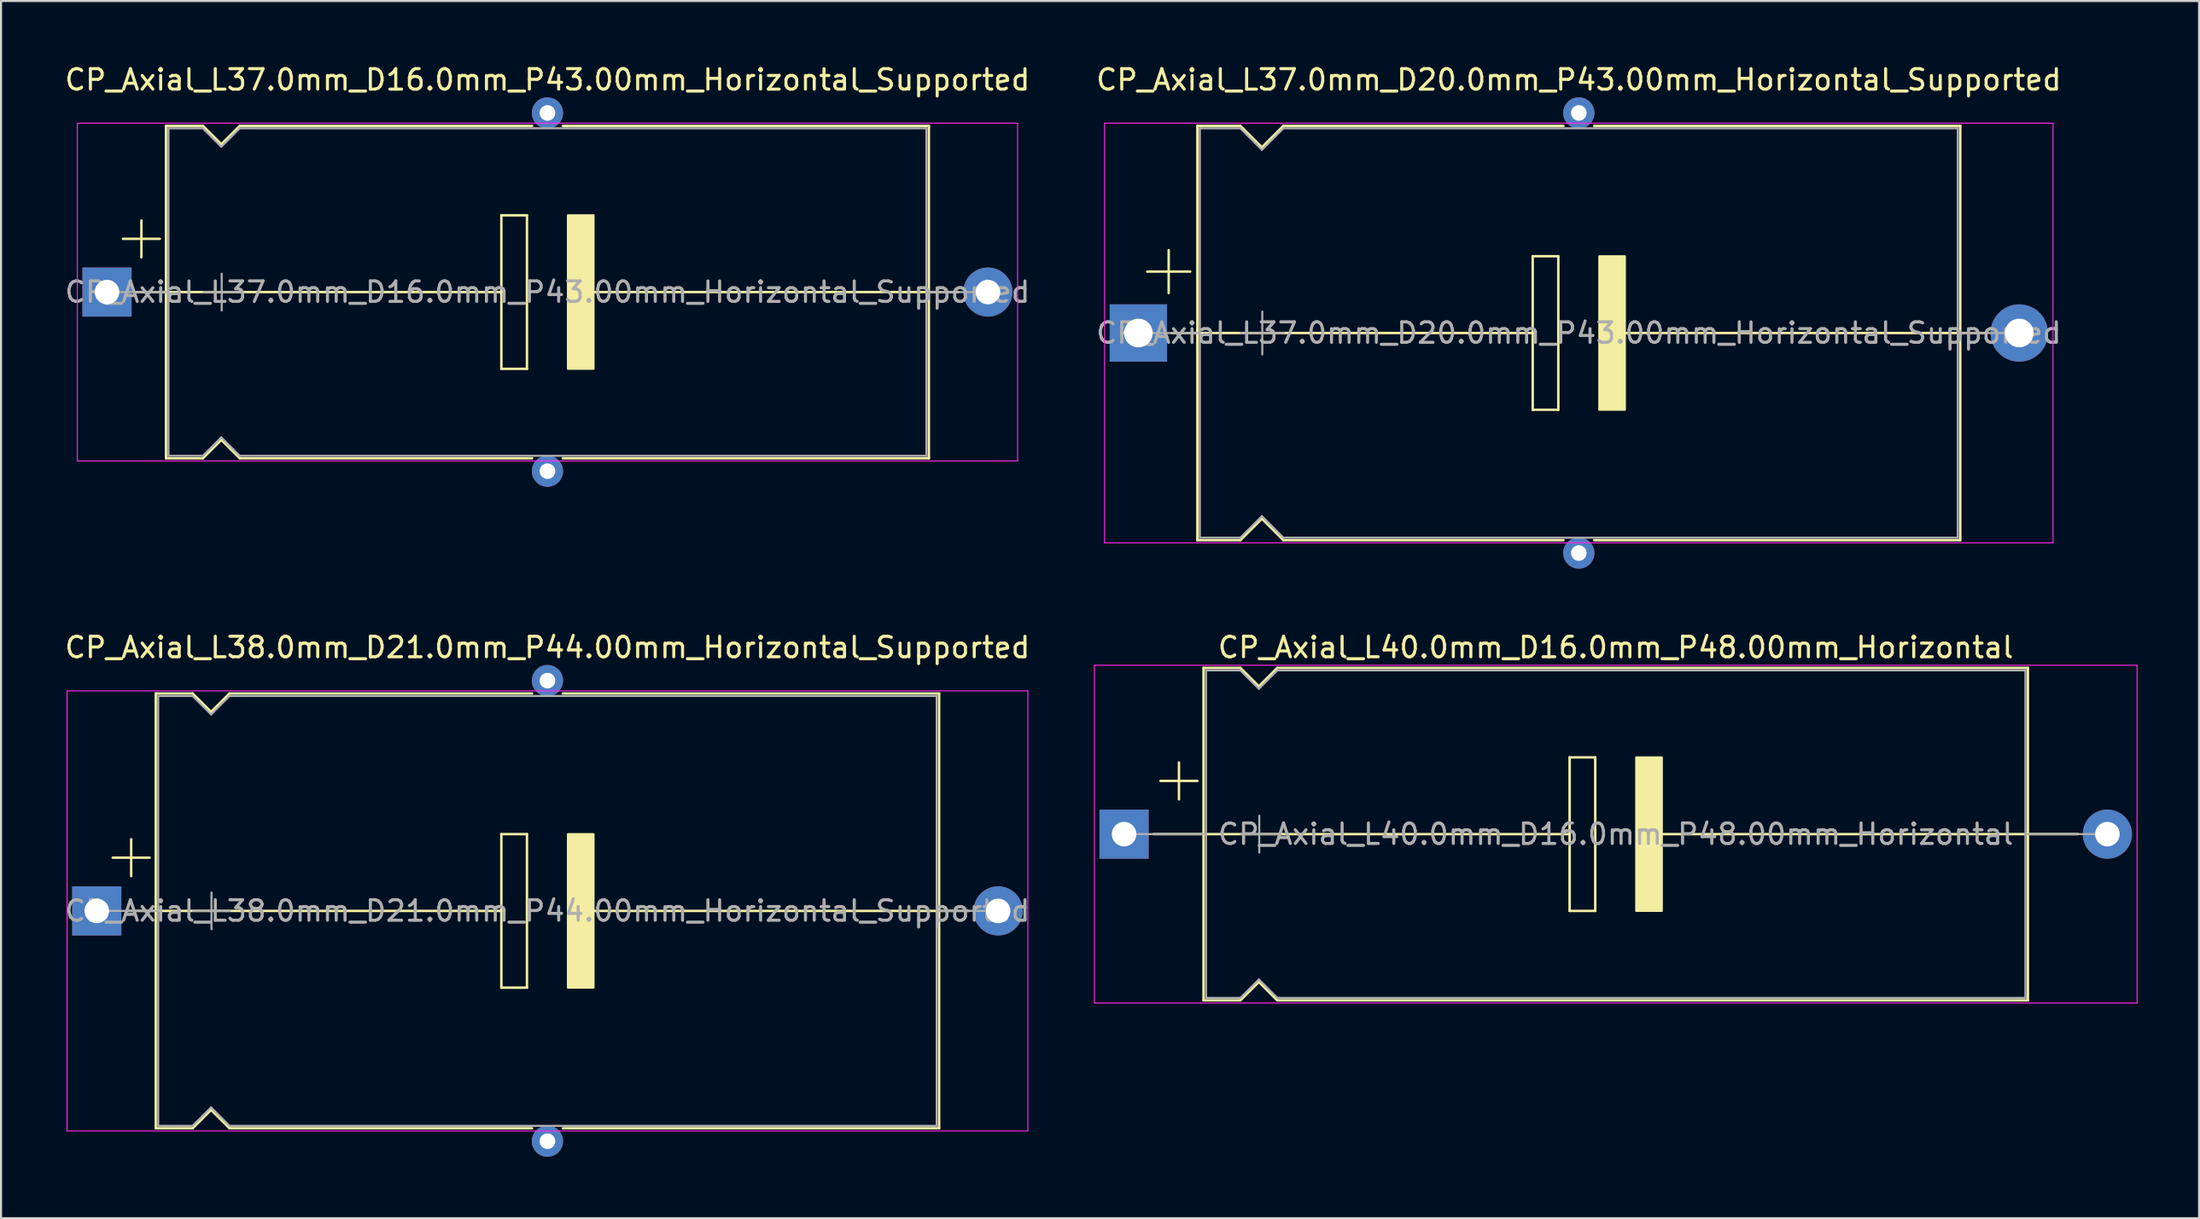
<source format=kicad_pcb>
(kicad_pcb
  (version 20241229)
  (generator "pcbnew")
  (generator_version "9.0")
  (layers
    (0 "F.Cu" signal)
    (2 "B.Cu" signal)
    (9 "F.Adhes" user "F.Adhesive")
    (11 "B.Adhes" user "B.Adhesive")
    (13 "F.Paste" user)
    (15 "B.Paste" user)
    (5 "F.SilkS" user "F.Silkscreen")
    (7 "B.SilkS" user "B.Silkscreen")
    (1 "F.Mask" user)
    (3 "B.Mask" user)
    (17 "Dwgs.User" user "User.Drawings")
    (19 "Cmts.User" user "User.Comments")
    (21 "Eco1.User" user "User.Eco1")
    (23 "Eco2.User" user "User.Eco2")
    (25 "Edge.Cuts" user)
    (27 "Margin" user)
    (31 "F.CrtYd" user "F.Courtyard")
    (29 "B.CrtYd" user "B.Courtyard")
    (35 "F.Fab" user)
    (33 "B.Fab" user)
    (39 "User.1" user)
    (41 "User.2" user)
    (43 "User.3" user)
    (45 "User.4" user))
  (footprint "CP_Axial_L37.0mm_D16.0mm_P43.00mm_Horizontal_Supported"
    (layer "F.Cu")
    (at 2.173 11.218)
    (property "Reference" "CP_Axial_L37.0mm_D16.0mm_P43.00mm_Horizontal_Supported" (at 21.5 -10.37 0) (layer "F.SilkS") (effects (font (size 1 1) (thickness 0.15))))
    (attr through_hole)
    (fp_line (start 0.78 -2.6) (end 2.58 -2.6) (stroke (width 0.12) (type solid)) (layer "F.SilkS"))
    (fp_line (start 1.44 0) (end 2.88 0) (stroke (width 0.12) (type solid)) (layer "F.SilkS"))
    (fp_line (start 1.68 -3.5) (end 1.68 -1.7) (stroke (width 0.12) (type solid)) (layer "F.SilkS"))
    (fp_line (start 2.88 -8.12) (end 2.88 8.12) (stroke (width 0.12) (type solid)) (layer "F.SilkS"))
    (fp_line (start 2.88 -8.12) (end 4.68 -8.12) (stroke (width 0.12) (type solid)) (layer "F.SilkS"))
    (fp_line (start 2.88 0) (end 19.25 0) (stroke (width 0.12) (type solid)) (layer "F.SilkS"))
    (fp_line (start 2.88 8.12) (end 4.68 8.12) (stroke (width 0.12) (type solid)) (layer "F.SilkS"))
    (fp_line (start 4.68 -8.12) (end 5.58 -7.22) (stroke (width 0.12) (type solid)) (layer "F.SilkS"))
    (fp_line (start 4.68 8.12) (end 5.58 7.22) (stroke (width 0.12) (type solid)) (layer "F.SilkS"))
    (fp_line (start 5.58 -7.22) (end 6.48 -8.12) (stroke (width 0.12) (type solid)) (layer "F.SilkS"))
    (fp_line (start 5.58 7.22) (end 6.48 8.12) (stroke (width 0.12) (type solid)) (layer "F.SilkS"))
    (fp_line (start 6.48 -8.12) (end 20.75 -8.12) (stroke (width 0.12) (type solid)) (layer "F.SilkS"))
    (fp_line (start 6.48 8.12) (end 20.75 8.12) (stroke (width 0.12) (type solid)) (layer "F.SilkS"))
    (fp_line (start 19.25 -3.75) (end 20.5 -3.75) (stroke (width 0.12) (type solid)) (layer "F.SilkS"))
    (fp_line (start 19.25 0) (end 19.25 -3.75) (stroke (width 0.12) (type solid)) (layer "F.SilkS"))
    (fp_line (start 19.25 3.75) (end 19.25 0) (stroke (width 0.12) (type solid)) (layer "F.SilkS"))
    (fp_line (start 20.5 -3.75) (end 20.5 3.75) (stroke (width 0.12) (type solid)) (layer "F.SilkS"))
    (fp_line (start 20.5 3.75) (end 19.25 3.75) (stroke (width 0.12) (type solid)) (layer "F.SilkS"))
    (fp_line (start 22.25 -8.12) (end 40.12 -8.12) (stroke (width 0.12) (type solid)) (layer "F.SilkS"))
    (fp_line (start 22.25 8.12) (end 40.12 8.12) (stroke (width 0.12) (type solid)) (layer "F.SilkS"))
    (fp_line (start 23.75 0) (end 40.12 0) (stroke (width 0.12) (type solid)) (layer "F.SilkS"))
    (fp_line (start 40.12 -8.12) (end 40.12 8.12) (stroke (width 0.12) (type solid)) (layer "F.SilkS"))
    (fp_line (start 41.56 0) (end 40.12 0) (stroke (width 0.12) (type solid)) (layer "F.SilkS"))
    (fp_poly (pts (xy 23.75 3.75) (xy 22.5 3.75) (xy 22.5 -3.75) (xy 23.75 -3.75)) (stroke (width 0.1) (type solid)) (fill yes) (layer "F.SilkS"))
    (fp_line (start -1.45 -8.25) (end -1.45 8.25) (stroke (width 0.05) (type solid)) (layer "F.CrtYd"))
    (fp_line (start -1.45 8.25) (end 44.45 8.25) (stroke (width 0.05) (type solid)) (layer "F.CrtYd"))
    (fp_line (start 44.45 -8.25) (end -1.45 -8.25) (stroke (width 0.05) (type solid)) (layer "F.CrtYd"))
    (fp_line (start 44.45 8.25) (end 44.45 -8.25) (stroke (width 0.05) (type solid)) (layer "F.CrtYd"))
    (fp_line (start 0 0) (end 3 0) (stroke (width 0.1) (type solid)) (layer "F.Fab"))
    (fp_line (start 3 -8) (end 3 8) (stroke (width 0.1) (type solid)) (layer "F.Fab"))
    (fp_line (start 3 -8) (end 4.68 -8) (stroke (width 0.1) (type solid)) (layer "F.Fab"))
    (fp_line (start 3 8) (end 4.68 8) (stroke (width 0.1) (type solid)) (layer "F.Fab"))
    (fp_line (start 4.68 -8) (end 5.58 -7.1) (stroke (width 0.1) (type solid)) (layer "F.Fab"))
    (fp_line (start 4.68 8) (end 5.58 7.1) (stroke (width 0.1) (type solid)) (layer "F.Fab"))
    (fp_line (start 4.7 0) (end 6.5 0) (stroke (width 0.1) (type solid)) (layer "F.Fab"))
    (fp_line (start 5.58 -7.1) (end 6.48 -8) (stroke (width 0.1) (type solid)) (layer "F.Fab"))
    (fp_line (start 5.58 7.1) (end 6.48 8) (stroke (width 0.1) (type solid)) (layer "F.Fab"))
    (fp_line (start 5.6 -0.9) (end 5.6 0.9) (stroke (width 0.1) (type solid)) (layer "F.Fab"))
    (fp_line (start 6.48 -8) (end 40 -8) (stroke (width 0.1) (type solid)) (layer "F.Fab"))
    (fp_line (start 6.48 8) (end 40 8) (stroke (width 0.1) (type solid)) (layer "F.Fab"))
    (fp_line (start 40 -8) (end 40 8) (stroke (width 0.1) (type solid)) (layer "F.Fab"))
    (fp_line (start 43 0) (end 40 0) (stroke (width 0.1) (type solid)) (layer "F.Fab"))
    (fp_text user "${REFERENCE}" (at 21.5 0 0) (layer "F.Fab") (effects (font (size 1 1) (thickness 0.15))))
    (pad "" thru_hole circle (at 21.5 -8.75) (size 1.524 1.524) (drill 0.762) (layers "*.Cu" "*.Mask"))
    (pad "" thru_hole circle (at 21.5 8.75) (size 1.524 1.524) (drill 0.762) (layers "*.Cu" "*.Mask"))
    (pad "1" thru_hole rect (at 0 0) (size 2.4 2.4) (drill 1.2) (layers "*.Cu" "*.Mask"))
    (pad "2" thru_hole oval (at 43 0) (size 2.4 2.4) (drill 1.2) (layers "*.Cu" "*.Mask")))
  (footprint "CP_Axial_L40.0mm_D16.0mm_P48.00mm_Horizontal"
    (layer "F.Cu")
    (at 51.82 37.699)
    (property "Reference" "CP_Axial_L40.0mm_D16.0mm_P48.00mm_Horizontal" (at 24 -9.12 0) (layer "F.SilkS") (effects (font (size 1 1) (thickness 0.15))))
    (attr through_hole)
    (fp_line (start 1.44 0) (end 3.88 0) (stroke (width 0.12) (type solid)) (layer "F.SilkS"))
    (fp_line (start 1.78 -2.6) (end 3.58 -2.6) (stroke (width 0.12) (type solid)) (layer "F.SilkS"))
    (fp_line (start 2.68 -3.5) (end 2.68 -1.7) (stroke (width 0.12) (type solid)) (layer "F.SilkS"))
    (fp_line (start 3.873 0) (end 21.75 0) (stroke (width 0.12) (type solid)) (layer "F.SilkS"))
    (fp_line (start 3.88 -8.12) (end 3.88 8.12) (stroke (width 0.12) (type solid)) (layer "F.SilkS"))
    (fp_line (start 3.88 -8.12) (end 5.68 -8.12) (stroke (width 0.12) (type solid)) (layer "F.SilkS"))
    (fp_line (start 3.88 8.12) (end 5.68 8.12) (stroke (width 0.12) (type solid)) (layer "F.SilkS"))
    (fp_line (start 5.68 -8.12) (end 6.58 -7.22) (stroke (width 0.12) (type solid)) (layer "F.SilkS"))
    (fp_line (start 5.68 8.12) (end 6.58 7.22) (stroke (width 0.12) (type solid)) (layer "F.SilkS"))
    (fp_line (start 6.58 -7.22) (end 7.48 -8.12) (stroke (width 0.12) (type solid)) (layer "F.SilkS"))
    (fp_line (start 6.58 7.22) (end 7.48 8.12) (stroke (width 0.12) (type solid)) (layer "F.SilkS"))
    (fp_line (start 7.48 -8.12) (end 44.12 -8.12) (stroke (width 0.12) (type solid)) (layer "F.SilkS"))
    (fp_line (start 7.48 8.12) (end 44.12 8.12) (stroke (width 0.12) (type solid)) (layer "F.SilkS"))
    (fp_line (start 21.75 -3.75) (end 23 -3.75) (stroke (width 0.12) (type solid)) (layer "F.SilkS"))
    (fp_line (start 21.75 0) (end 21.75 -3.75) (stroke (width 0.12) (type solid)) (layer "F.SilkS"))
    (fp_line (start 21.75 3.75) (end 21.75 0) (stroke (width 0.12) (type solid)) (layer "F.SilkS"))
    (fp_line (start 23 -3.75) (end 23 3.75) (stroke (width 0.12) (type solid)) (layer "F.SilkS"))
    (fp_line (start 23 3.75) (end 21.75 3.75) (stroke (width 0.12) (type solid)) (layer "F.SilkS"))
    (fp_line (start 26.25 0) (end 44.133 0) (stroke (width 0.12) (type solid)) (layer "F.SilkS"))
    (fp_line (start 44.12 -8.12) (end 44.12 8.12) (stroke (width 0.12) (type solid)) (layer "F.SilkS"))
    (fp_line (start 46.56 0) (end 44.12 0) (stroke (width 0.12) (type solid)) (layer "F.SilkS"))
    (fp_poly (pts (xy 26.25 3.75) (xy 25 3.75) (xy 25 -3.75) (xy 26.25 -3.75)) (stroke (width 0.1) (type solid)) (fill yes) (layer "F.SilkS"))
    (fp_line (start -1.45 -8.25) (end -1.45 8.25) (stroke (width 0.05) (type solid)) (layer "F.CrtYd"))
    (fp_line (start -1.45 8.25) (end 49.45 8.25) (stroke (width 0.05) (type solid)) (layer "F.CrtYd"))
    (fp_line (start 49.45 -8.25) (end -1.45 -8.25) (stroke (width 0.05) (type solid)) (layer "F.CrtYd"))
    (fp_line (start 49.45 8.25) (end 49.45 -8.25) (stroke (width 0.05) (type solid)) (layer "F.CrtYd"))
    (fp_line (start 0 0) (end 4 0) (stroke (width 0.1) (type solid)) (layer "F.Fab"))
    (fp_line (start 4 -8) (end 4 8) (stroke (width 0.1) (type solid)) (layer "F.Fab"))
    (fp_line (start 4 -8) (end 5.68 -8) (stroke (width 0.1) (type solid)) (layer "F.Fab"))
    (fp_line (start 4 8) (end 5.68 8) (stroke (width 0.1) (type solid)) (layer "F.Fab"))
    (fp_line (start 5.68 -8) (end 6.58 -7.1) (stroke (width 0.1) (type solid)) (layer "F.Fab"))
    (fp_line (start 5.68 8) (end 6.58 7.1) (stroke (width 0.1) (type solid)) (layer "F.Fab"))
    (fp_line (start 5.7 0) (end 7.5 0) (stroke (width 0.1) (type solid)) (layer "F.Fab"))
    (fp_line (start 6.58 -7.1) (end 7.48 -8) (stroke (width 0.1) (type solid)) (layer "F.Fab"))
    (fp_line (start 6.58 7.1) (end 7.48 8) (stroke (width 0.1) (type solid)) (layer "F.Fab"))
    (fp_line (start 6.6 -0.9) (end 6.6 0.9) (stroke (width 0.1) (type solid)) (layer "F.Fab"))
    (fp_line (start 7.48 -8) (end 44 -8) (stroke (width 0.1) (type solid)) (layer "F.Fab"))
    (fp_line (start 7.48 8) (end 44 8) (stroke (width 0.1) (type solid)) (layer "F.Fab"))
    (fp_line (start 44 -8) (end 44 8) (stroke (width 0.1) (type solid)) (layer "F.Fab"))
    (fp_line (start 48 0) (end 44 0) (stroke (width 0.1) (type solid)) (layer "F.Fab"))
    (fp_text user "${REFERENCE}" (at 24 0 0) (layer "F.Fab") (effects (font (size 1 1) (thickness 0.15))))
    (pad "1" thru_hole rect (at 0 0) (size 2.4 2.4) (drill 1.2) (layers "*.Cu" "*.Mask"))
    (pad "2" thru_hole oval (at 48 0) (size 2.4 2.4) (drill 1.2) (layers "*.Cu" "*.Mask")))
  (footprint "CP_Axial_L37.0mm_D20.0mm_P43.00mm_Horizontal_Supported"
    (layer "F.Cu")
    (at 52.518 13.218)
    (property "Reference" "CP_Axial_L37.0mm_D20.0mm_P43.00mm_Horizontal_Supported" (at 21.5 -12.37 0) (layer "F.SilkS") (effects (font (size 1 1) (thickness 0.15))))
    (attr through_hole)
    (fp_line (start 0.43 -3) (end 2.53 -3) (stroke (width 0.12) (type solid)) (layer "F.SilkS"))
    (fp_line (start 1.48 -4.05) (end 1.48 -1.95) (stroke (width 0.12) (type solid)) (layer "F.SilkS"))
    (fp_line (start 1.64 0) (end 2.88 0) (stroke (width 0.12) (type solid)) (layer "F.SilkS"))
    (fp_line (start 2.88 -10.12) (end 2.88 10.12) (stroke (width 0.12) (type solid)) (layer "F.SilkS"))
    (fp_line (start 2.88 -10.12) (end 4.98 -10.12) (stroke (width 0.12) (type solid)) (layer "F.SilkS"))
    (fp_line (start 2.88 0) (end 19.25 0) (stroke (width 0.12) (type solid)) (layer "F.SilkS"))
    (fp_line (start 2.88 10.12) (end 4.98 10.12) (stroke (width 0.12) (type solid)) (layer "F.SilkS"))
    (fp_line (start 4.98 -10.12) (end 6.03 -9.07) (stroke (width 0.12) (type solid)) (layer "F.SilkS"))
    (fp_line (start 4.98 10.12) (end 6.03 9.07) (stroke (width 0.12) (type solid)) (layer "F.SilkS"))
    (fp_line (start 6.03 -9.07) (end 7.08 -10.12) (stroke (width 0.12) (type solid)) (layer "F.SilkS"))
    (fp_line (start 6.03 9.07) (end 7.08 10.12) (stroke (width 0.12) (type solid)) (layer "F.SilkS"))
    (fp_line (start 7.08 -10.12) (end 20.75 -10.12) (stroke (width 0.12) (type solid)) (layer "F.SilkS"))
    (fp_line (start 7.08 10.12) (end 20.75 10.12) (stroke (width 0.12) (type solid)) (layer "F.SilkS"))
    (fp_line (start 19.25 -3.75) (end 20.5 -3.75) (stroke (width 0.12) (type solid)) (layer "F.SilkS"))
    (fp_line (start 19.25 0) (end 19.25 -3.75) (stroke (width 0.12) (type solid)) (layer "F.SilkS"))
    (fp_line (start 19.25 3.75) (end 19.25 0) (stroke (width 0.12) (type solid)) (layer "F.SilkS"))
    (fp_line (start 20.5 -3.75) (end 20.5 3.75) (stroke (width 0.12) (type solid)) (layer "F.SilkS"))
    (fp_line (start 20.5 3.75) (end 19.25 3.75) (stroke (width 0.12) (type solid)) (layer "F.SilkS"))
    (fp_line (start 22.25 -10.12) (end 40.12 -10.12) (stroke (width 0.12) (type solid)) (layer "F.SilkS"))
    (fp_line (start 22.25 10.12) (end 40.12 10.12) (stroke (width 0.12) (type solid)) (layer "F.SilkS"))
    (fp_line (start 23.75 0) (end 40.12 0) (stroke (width 0.12) (type solid)) (layer "F.SilkS"))
    (fp_line (start 40.12 -10.12) (end 40.12 10.12) (stroke (width 0.12) (type solid)) (layer "F.SilkS"))
    (fp_line (start 41.36 0) (end 40.12 0) (stroke (width 0.12) (type solid)) (layer "F.SilkS"))
    (fp_poly (pts (xy 23.75 3.75) (xy 22.5 3.75) (xy 22.5 -3.75) (xy 23.75 -3.75)) (stroke (width 0.1) (type solid)) (fill yes) (layer "F.SilkS"))
    (fp_line (start -1.65 -10.25) (end -1.65 10.25) (stroke (width 0.05) (type solid)) (layer "F.CrtYd"))
    (fp_line (start -1.65 10.25) (end 44.65 10.25) (stroke (width 0.05) (type solid)) (layer "F.CrtYd"))
    (fp_line (start 44.65 -10.25) (end -1.65 -10.25) (stroke (width 0.05) (type solid)) (layer "F.CrtYd"))
    (fp_line (start 44.65 10.25) (end 44.65 -10.25) (stroke (width 0.05) (type solid)) (layer "F.CrtYd"))
    (fp_line (start 0 0) (end 3 0) (stroke (width 0.1) (type solid)) (layer "F.Fab"))
    (fp_line (start 3 -10) (end 3 10) (stroke (width 0.1) (type solid)) (layer "F.Fab"))
    (fp_line (start 3 -10) (end 4.98 -10) (stroke (width 0.1) (type solid)) (layer "F.Fab"))
    (fp_line (start 3 10) (end 4.98 10) (stroke (width 0.1) (type solid)) (layer "F.Fab"))
    (fp_line (start 4.98 -10) (end 6.03 -8.95) (stroke (width 0.1) (type solid)) (layer "F.Fab"))
    (fp_line (start 4.98 10) (end 6.03 8.95) (stroke (width 0.1) (type solid)) (layer "F.Fab"))
    (fp_line (start 5 0) (end 7.1 0) (stroke (width 0.1) (type solid)) (layer "F.Fab"))
    (fp_line (start 6.03 -8.95) (end 7.08 -10) (stroke (width 0.1) (type solid)) (layer "F.Fab"))
    (fp_line (start 6.03 8.95) (end 7.08 10) (stroke (width 0.1) (type solid)) (layer "F.Fab"))
    (fp_line (start 6.05 -1.05) (end 6.05 1.05) (stroke (width 0.1) (type solid)) (layer "F.Fab"))
    (fp_line (start 7.08 -10) (end 40 -10) (stroke (width 0.1) (type solid)) (layer "F.Fab"))
    (fp_line (start 7.08 10) (end 40 10) (stroke (width 0.1) (type solid)) (layer "F.Fab"))
    (fp_line (start 40 -10) (end 40 10) (stroke (width 0.1) (type solid)) (layer "F.Fab"))
    (fp_line (start 43 0) (end 40 0) (stroke (width 0.1) (type solid)) (layer "F.Fab"))
    (fp_text user "${REFERENCE}" (at 21.5 0 0) (layer "F.Fab") (effects (font (size 1 1) (thickness 0.15))))
    (pad "" thru_hole circle (at 21.5 -10.75) (size 1.524 1.524) (drill 0.762) (layers "*.Cu" "*.Mask"))
    (pad "" thru_hole circle (at 21.5 10.75) (size 1.524 1.524) (drill 0.762) (layers "*.Cu" "*.Mask"))
    (pad "1" thru_hole rect (at 0 0) (size 2.8 2.8) (drill 1.4) (layers "*.Cu" "*.Mask"))
    (pad "2" thru_hole oval (at 43 0) (size 2.8 2.8) (drill 1.4) (layers "*.Cu" "*.Mask")))
  (footprint "CP_Axial_L38.0mm_D21.0mm_P44.00mm_Horizontal_Supported"
    (layer "F.Cu")
    (at 1.673 41.449)
    (property "Reference" "CP_Axial_L38.0mm_D21.0mm_P44.00mm_Horizontal_Supported" (at 22 -12.87 0) (layer "F.SilkS") (effects (font (size 1 1) (thickness 0.15))))
    (attr through_hole)
    (fp_line (start 0.78 -2.6) (end 2.58 -2.6) (stroke (width 0.12) (type solid)) (layer "F.SilkS"))
    (fp_line (start 1.44 0) (end 2.88 0) (stroke (width 0.12) (type solid)) (layer "F.SilkS"))
    (fp_line (start 1.68 -3.5) (end 1.68 -1.7) (stroke (width 0.12) (type solid)) (layer "F.SilkS"))
    (fp_line (start 2.88 -10.62) (end 2.88 10.62) (stroke (width 0.12) (type solid)) (layer "F.SilkS"))
    (fp_line (start 2.88 -10.62) (end 4.68 -10.62) (stroke (width 0.12) (type solid)) (layer "F.SilkS"))
    (fp_line (start 2.88 0) (end 19.75 0) (stroke (width 0.12) (type solid)) (layer "F.SilkS"))
    (fp_line (start 2.88 10.62) (end 4.68 10.62) (stroke (width 0.12) (type solid)) (layer "F.SilkS"))
    (fp_line (start 4.68 -10.62) (end 5.58 -9.72) (stroke (width 0.12) (type solid)) (layer "F.SilkS"))
    (fp_line (start 4.68 10.62) (end 5.58 9.72) (stroke (width 0.12) (type solid)) (layer "F.SilkS"))
    (fp_line (start 5.58 -9.72) (end 6.48 -10.62) (stroke (width 0.12) (type solid)) (layer "F.SilkS"))
    (fp_line (start 5.58 9.72) (end 6.48 10.62) (stroke (width 0.12) (type solid)) (layer "F.SilkS"))
    (fp_line (start 6.48 -10.62) (end 21.25 -10.62) (stroke (width 0.12) (type solid)) (layer "F.SilkS"))
    (fp_line (start 6.48 10.62) (end 21.25 10.62) (stroke (width 0.12) (type solid)) (layer "F.SilkS"))
    (fp_line (start 19.75 -3.75) (end 21 -3.75) (stroke (width 0.12) (type solid)) (layer "F.SilkS"))
    (fp_line (start 19.75 0) (end 19.75 -3.75) (stroke (width 0.12) (type solid)) (layer "F.SilkS"))
    (fp_line (start 19.75 3.75) (end 19.75 0) (stroke (width 0.12) (type solid)) (layer "F.SilkS"))
    (fp_line (start 21 -3.75) (end 21 3.75) (stroke (width 0.12) (type solid)) (layer "F.SilkS"))
    (fp_line (start 21 3.75) (end 19.75 3.75) (stroke (width 0.12) (type solid)) (layer "F.SilkS"))
    (fp_line (start 22.75 -10.62) (end 41.12 -10.62) (stroke (width 0.12) (type solid)) (layer "F.SilkS"))
    (fp_line (start 22.75 10.62) (end 41.12 10.62) (stroke (width 0.12) (type solid)) (layer "F.SilkS"))
    (fp_line (start 24.25 0) (end 41.12 0) (stroke (width 0.12) (type solid)) (layer "F.SilkS"))
    (fp_line (start 41.12 -10.62) (end 41.12 10.62) (stroke (width 0.12) (type solid)) (layer "F.SilkS"))
    (fp_line (start 42.56 0) (end 41.12 0) (stroke (width 0.12) (type solid)) (layer "F.SilkS"))
    (fp_poly (pts (xy 24.25 3.75) (xy 23 3.75) (xy 23 -3.75) (xy 24.25 -3.75)) (stroke (width 0.1) (type solid)) (fill yes) (layer "F.SilkS"))
    (fp_line (start -1.45 -10.75) (end -1.45 10.75) (stroke (width 0.05) (type solid)) (layer "F.CrtYd"))
    (fp_line (start -1.45 10.75) (end 45.45 10.75) (stroke (width 0.05) (type solid)) (layer "F.CrtYd"))
    (fp_line (start 45.45 -10.75) (end -1.45 -10.75) (stroke (width 0.05) (type solid)) (layer "F.CrtYd"))
    (fp_line (start 45.45 10.75) (end 45.45 -10.75) (stroke (width 0.05) (type solid)) (layer "F.CrtYd"))
    (fp_line (start 0 0) (end 3 0) (stroke (width 0.1) (type solid)) (layer "F.Fab"))
    (fp_line (start 3 -10.5) (end 3 10.5) (stroke (width 0.1) (type solid)) (layer "F.Fab"))
    (fp_line (start 3 -10.5) (end 4.68 -10.5) (stroke (width 0.1) (type solid)) (layer "F.Fab"))
    (fp_line (start 3 10.5) (end 4.68 10.5) (stroke (width 0.1) (type solid)) (layer "F.Fab"))
    (fp_line (start 4.68 -10.5) (end 5.58 -9.6) (stroke (width 0.1) (type solid)) (layer "F.Fab"))
    (fp_line (start 4.68 10.5) (end 5.58 9.6) (stroke (width 0.1) (type solid)) (layer "F.Fab"))
    (fp_line (start 4.7 0) (end 6.5 0) (stroke (width 0.1) (type solid)) (layer "F.Fab"))
    (fp_line (start 5.58 -9.6) (end 6.48 -10.5) (stroke (width 0.1) (type solid)) (layer "F.Fab"))
    (fp_line (start 5.58 9.6) (end 6.48 10.5) (stroke (width 0.1) (type solid)) (layer "F.Fab"))
    (fp_line (start 5.6 -0.9) (end 5.6 0.9) (stroke (width 0.1) (type solid)) (layer "F.Fab"))
    (fp_line (start 6.48 -10.5) (end 41 -10.5) (stroke (width 0.1) (type solid)) (layer "F.Fab"))
    (fp_line (start 6.48 10.5) (end 41 10.5) (stroke (width 0.1) (type solid)) (layer "F.Fab"))
    (fp_line (start 41 -10.5) (end 41 10.5) (stroke (width 0.1) (type solid)) (layer "F.Fab"))
    (fp_line (start 44 0) (end 41 0) (stroke (width 0.1) (type solid)) (layer "F.Fab"))
    (fp_text user "${REFERENCE}" (at 22 0 0) (layer "F.Fab") (effects (font (size 1 1) (thickness 0.15))))
    (pad "" thru_hole circle (at 22 -11.25) (size 1.524 1.524) (drill 0.762) (layers "*.Cu" "*.Mask"))
    (pad "" thru_hole circle (at 22 11.25) (size 1.524 1.524) (drill 0.762) (layers "*.Cu" "*.Mask"))
    (pad "1" thru_hole rect (at 0 0) (size 2.4 2.4) (drill 1.2) (layers "*.Cu" "*.Mask"))
    (pad "2" thru_hole oval (at 44 0) (size 2.4 2.4) (drill 1.2) (layers "*.Cu" "*.Mask")))
  (gr_rect
    (start -3 -3)
    (end 104.295 56.461)
    (stroke (width 0.1) (type default))
    (fill no)
    (layer "Edge.Cuts")))
</source>
